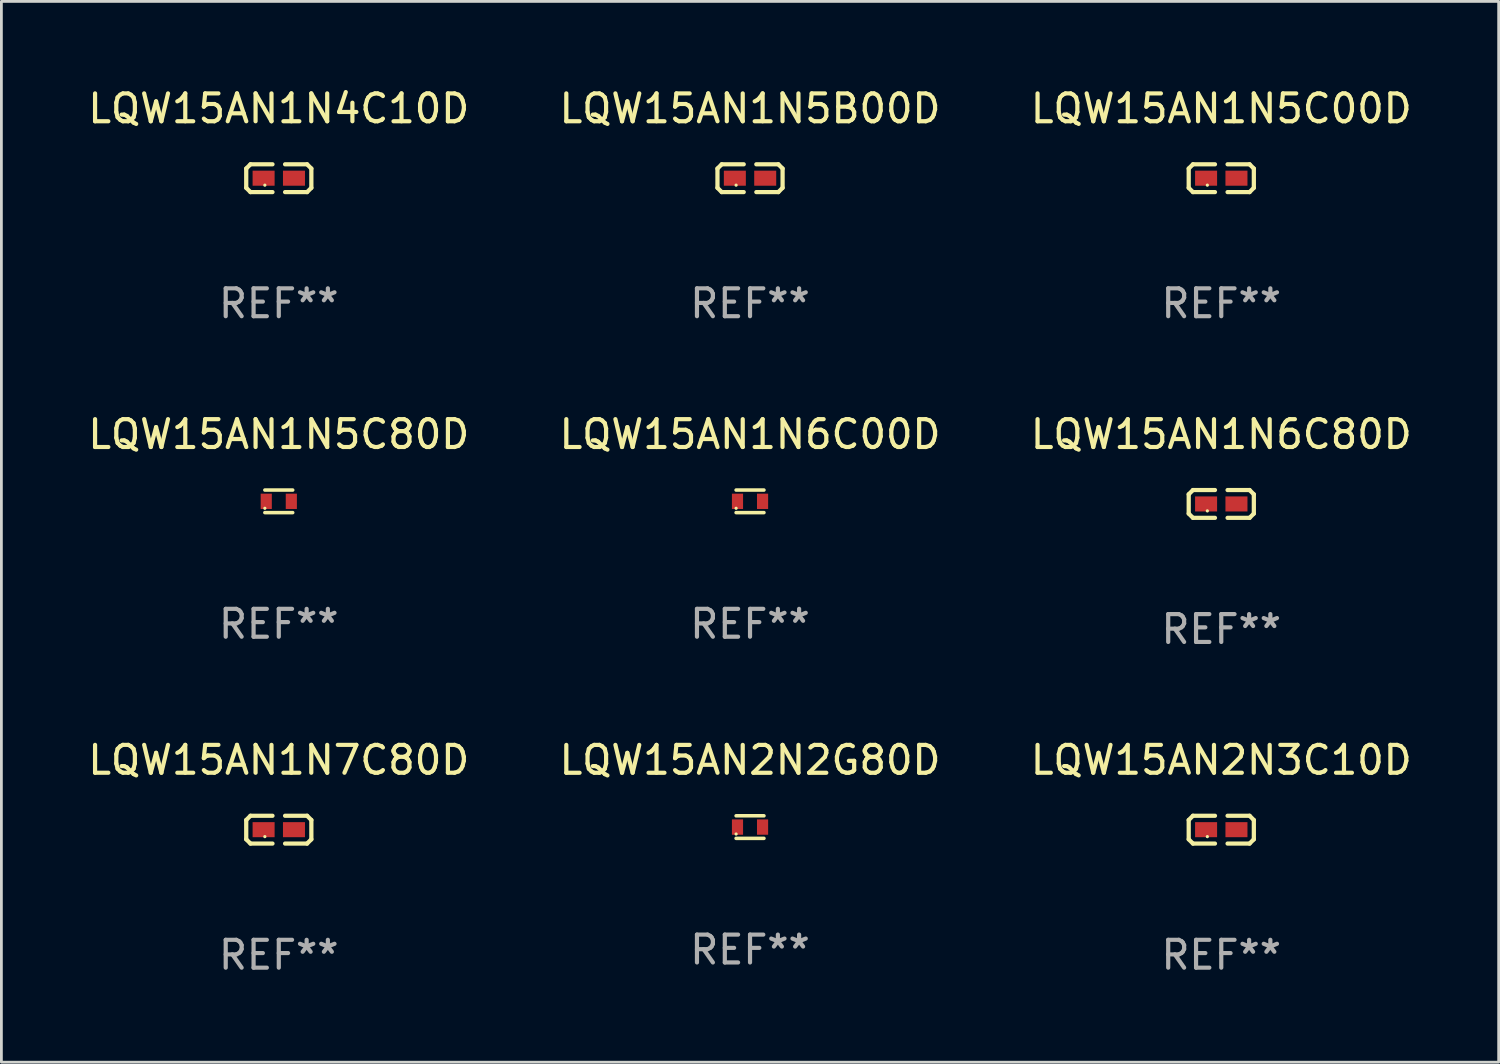
<source format=kicad_pcb>
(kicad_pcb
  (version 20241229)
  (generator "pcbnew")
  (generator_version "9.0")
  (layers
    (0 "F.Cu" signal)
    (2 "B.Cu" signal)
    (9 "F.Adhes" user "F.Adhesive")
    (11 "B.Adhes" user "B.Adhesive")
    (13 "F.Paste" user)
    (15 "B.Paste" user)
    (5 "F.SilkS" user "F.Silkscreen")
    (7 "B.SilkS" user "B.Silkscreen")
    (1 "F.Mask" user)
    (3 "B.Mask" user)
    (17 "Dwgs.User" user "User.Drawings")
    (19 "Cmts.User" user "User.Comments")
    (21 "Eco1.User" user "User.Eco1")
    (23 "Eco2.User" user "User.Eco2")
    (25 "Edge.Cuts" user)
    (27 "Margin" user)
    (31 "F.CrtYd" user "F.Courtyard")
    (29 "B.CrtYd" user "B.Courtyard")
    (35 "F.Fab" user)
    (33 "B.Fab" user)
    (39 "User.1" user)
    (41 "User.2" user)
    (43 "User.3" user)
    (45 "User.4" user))
  (footprint "LQW15AN1N5C00D"
    (layer "F.Cu")
    (at 40.792 3.347)
    (property "Reference" "LQW15AN1N5C00D" (at 0 -2.499 0) (layer "F.SilkS") (effects (font (size 1 1) (thickness 0.15))))
    (attr through_hole)
    (fp_line (start -1.169 -0.346) (end -1.016 -0.499) (stroke (width 0.152) (type solid)) (layer "F.SilkS"))
    (fp_line (start -1.169 0.346) (end -1.169 -0.346) (stroke (width 0.152) (type solid)) (layer "F.SilkS"))
    (fp_line (start -1.016 -0.499) (end -0.226 -0.499) (stroke (width 0.152) (type solid)) (layer "F.SilkS"))
    (fp_line (start -1.016 0.499) (end -1.169 0.346) (stroke (width 0.152) (type solid)) (layer "F.SilkS"))
    (fp_line (start -0.226 0.499) (end -1.016 0.499) (stroke (width 0.152) (type solid)) (layer "F.SilkS"))
    (fp_line (start 0.226 0.499) (end 1.016 0.499) (stroke (width 0.152) (type solid)) (layer "F.SilkS"))
    (fp_line (start 1.016 -0.499) (end 0.226 -0.499) (stroke (width 0.152) (type solid)) (layer "F.SilkS"))
    (fp_line (start 1.016 0.499) (end 1.169 0.346) (stroke (width 0.152) (type solid)) (layer "F.SilkS"))
    (fp_line (start 1.169 -0.346) (end 1.016 -0.499) (stroke (width 0.152) (type solid)) (layer "F.SilkS"))
    (fp_line (start 1.169 0.346) (end 1.169 -0.346) (stroke (width 0.152) (type solid)) (layer "F.SilkS"))
    (fp_circle (center -0.5 0.25) (end -0.47 0.25) (stroke (width 0.06) (type solid)) (fill no) (layer "F.SilkS"))
    (fp_text user "REF**" (at 0 4.499 0) (layer "F.Fab") (effects (font (size 1 1) (thickness 0.15))))
    (pad "1" smd rect (at -0.545 0) (size 0.79 0.54) (layers "F.Cu" "F.Mask" "F.Paste"))
    (pad "2" smd rect (at 0.545 0) (size 0.79 0.54) (layers "F.Cu" "F.Mask" "F.Paste")))
  (footprint "LQW15AN1N5C80D"
    (layer "F.Cu")
    (at 6.958 14.947)
    (property "Reference" "LQW15AN1N5C80D" (at 0 -2.405 0) (layer "F.SilkS") (effects (font (size 1 1) (thickness 0.15))))
    (attr through_hole)
    (fp_line (start -0.5 -0.405) (end 0.5 -0.405) (stroke (width 0.127) (type solid)) (layer "F.SilkS"))
    (fp_line (start -0.5 0.405) (end 0.5 0.405) (stroke (width 0.127) (type solid)) (layer "F.SilkS"))
    (fp_circle (center -0.5 0.25) (end -0.47 0.25) (stroke (width 0.06) (type solid)) (fill no) (layer "F.SilkS"))
    (fp_text user "REF**" (at 0 4.405 0) (layer "F.Fab") (effects (font (size 1 1) (thickness 0.15))))
    (pad "1" smd rect (at -0.45 0 90) (size 0.55 0.4) (layers "F.Cu" "F.Mask" "F.Paste"))
    (pad "2" smd rect (at 0.45 0 90) (size 0.55 0.4) (layers "F.Cu" "F.Mask" "F.Paste")))
  (footprint "LQW15AN2N3C10D"
    (layer "F.Cu")
    (at 40.792 26.734)
    (property "Reference" "LQW15AN2N3C10D" (at 0 -2.499 0) (layer "F.SilkS") (effects (font (size 1 1) (thickness 0.15))))
    (attr through_hole)
    (fp_line (start -1.169 -0.346) (end -1.016 -0.499) (stroke (width 0.152) (type solid)) (layer "F.SilkS"))
    (fp_line (start -1.169 0.346) (end -1.169 -0.346) (stroke (width 0.152) (type solid)) (layer "F.SilkS"))
    (fp_line (start -1.016 -0.499) (end -0.226 -0.499) (stroke (width 0.152) (type solid)) (layer "F.SilkS"))
    (fp_line (start -1.016 0.499) (end -1.169 0.346) (stroke (width 0.152) (type solid)) (layer "F.SilkS"))
    (fp_line (start -0.226 0.499) (end -1.016 0.499) (stroke (width 0.152) (type solid)) (layer "F.SilkS"))
    (fp_line (start 0.226 0.499) (end 1.016 0.499) (stroke (width 0.152) (type solid)) (layer "F.SilkS"))
    (fp_line (start 1.016 -0.499) (end 0.226 -0.499) (stroke (width 0.152) (type solid)) (layer "F.SilkS"))
    (fp_line (start 1.016 0.499) (end 1.169 0.346) (stroke (width 0.152) (type solid)) (layer "F.SilkS"))
    (fp_line (start 1.169 -0.346) (end 1.016 -0.499) (stroke (width 0.152) (type solid)) (layer "F.SilkS"))
    (fp_line (start 1.169 0.346) (end 1.169 -0.346) (stroke (width 0.152) (type solid)) (layer "F.SilkS"))
    (fp_circle (center -0.5 0.25) (end -0.47 0.25) (stroke (width 0.06) (type solid)) (fill no) (layer "F.SilkS"))
    (fp_text user "REF**" (at 0 4.499 0) (layer "F.Fab") (effects (font (size 1 1) (thickness 0.15))))
    (pad "1" smd rect (at -0.545 0) (size 0.79 0.54) (layers "F.Cu" "F.Mask" "F.Paste"))
    (pad "2" smd rect (at 0.545 0) (size 0.79 0.54) (layers "F.Cu" "F.Mask" "F.Paste")))
  (footprint "LQW15AN1N6C00D"
    (layer "F.Cu")
    (at 23.875 14.947)
    (property "Reference" "LQW15AN1N6C00D" (at 0 -2.405 0) (layer "F.SilkS") (effects (font (size 1 1) (thickness 0.15))))
    (attr through_hole)
    (fp_line (start -0.5 -0.405) (end 0.5 -0.405) (stroke (width 0.127) (type solid)) (layer "F.SilkS"))
    (fp_line (start -0.5 0.405) (end 0.5 0.405) (stroke (width 0.127) (type solid)) (layer "F.SilkS"))
    (fp_circle (center -0.5 0.25) (end -0.47 0.25) (stroke (width 0.06) (type solid)) (fill no) (layer "F.SilkS"))
    (fp_text user "REF**" (at 0 4.405 0) (layer "F.Fab") (effects (font (size 1 1) (thickness 0.15))))
    (pad "1" smd rect (at -0.45 0 90) (size 0.55 0.4) (layers "F.Cu" "F.Mask" "F.Paste"))
    (pad "2" smd rect (at 0.45 0 90) (size 0.55 0.4) (layers "F.Cu" "F.Mask" "F.Paste")))
  (footprint "LQW15AN1N5B00D"
    (layer "F.Cu")
    (at 23.875 3.347)
    (property "Reference" "LQW15AN1N5B00D" (at 0 -2.499 0) (layer "F.SilkS") (effects (font (size 1 1) (thickness 0.15))))
    (attr through_hole)
    (fp_line (start -1.169 -0.346) (end -1.016 -0.499) (stroke (width 0.152) (type solid)) (layer "F.SilkS"))
    (fp_line (start -1.169 0.346) (end -1.169 -0.346) (stroke (width 0.152) (type solid)) (layer "F.SilkS"))
    (fp_line (start -1.016 -0.499) (end -0.226 -0.499) (stroke (width 0.152) (type solid)) (layer "F.SilkS"))
    (fp_line (start -1.016 0.499) (end -1.169 0.346) (stroke (width 0.152) (type solid)) (layer "F.SilkS"))
    (fp_line (start -0.226 0.499) (end -1.016 0.499) (stroke (width 0.152) (type solid)) (layer "F.SilkS"))
    (fp_line (start 0.226 0.499) (end 1.016 0.499) (stroke (width 0.152) (type solid)) (layer "F.SilkS"))
    (fp_line (start 1.016 -0.499) (end 0.226 -0.499) (stroke (width 0.152) (type solid)) (layer "F.SilkS"))
    (fp_line (start 1.016 0.499) (end 1.169 0.346) (stroke (width 0.152) (type solid)) (layer "F.SilkS"))
    (fp_line (start 1.169 -0.346) (end 1.016 -0.499) (stroke (width 0.152) (type solid)) (layer "F.SilkS"))
    (fp_line (start 1.169 0.346) (end 1.169 -0.346) (stroke (width 0.152) (type solid)) (layer "F.SilkS"))
    (fp_circle (center -0.5 0.25) (end -0.47 0.25) (stroke (width 0.06) (type solid)) (fill no) (layer "F.SilkS"))
    (fp_text user "REF**" (at 0 4.499 0) (layer "F.Fab") (effects (font (size 1 1) (thickness 0.15))))
    (pad "1" smd rect (at -0.545 0) (size 0.79 0.54) (layers "F.Cu" "F.Mask" "F.Paste"))
    (pad "2" smd rect (at 0.545 0) (size 0.79 0.54) (layers "F.Cu" "F.Mask" "F.Paste")))
  (footprint "LQW15AN1N7C80D"
    (layer "F.Cu")
    (at 6.958 26.734)
    (property "Reference" "LQW15AN1N7C80D" (at 0 -2.499 0) (layer "F.SilkS") (effects (font (size 1 1) (thickness 0.15))))
    (attr through_hole)
    (fp_line (start -1.169 -0.346) (end -1.016 -0.499) (stroke (width 0.152) (type solid)) (layer "F.SilkS"))
    (fp_line (start -1.169 0.346) (end -1.169 -0.346) (stroke (width 0.152) (type solid)) (layer "F.SilkS"))
    (fp_line (start -1.016 -0.499) (end -0.226 -0.499) (stroke (width 0.152) (type solid)) (layer "F.SilkS"))
    (fp_line (start -1.016 0.499) (end -1.169 0.346) (stroke (width 0.152) (type solid)) (layer "F.SilkS"))
    (fp_line (start -0.226 0.499) (end -1.016 0.499) (stroke (width 0.152) (type solid)) (layer "F.SilkS"))
    (fp_line (start 0.226 0.499) (end 1.016 0.499) (stroke (width 0.152) (type solid)) (layer "F.SilkS"))
    (fp_line (start 1.016 -0.499) (end 0.226 -0.499) (stroke (width 0.152) (type solid)) (layer "F.SilkS"))
    (fp_line (start 1.016 0.499) (end 1.169 0.346) (stroke (width 0.152) (type solid)) (layer "F.SilkS"))
    (fp_line (start 1.169 -0.346) (end 1.016 -0.499) (stroke (width 0.152) (type solid)) (layer "F.SilkS"))
    (fp_line (start 1.169 0.346) (end 1.169 -0.346) (stroke (width 0.152) (type solid)) (layer "F.SilkS"))
    (fp_circle (center -0.5 0.25) (end -0.47 0.25) (stroke (width 0.06) (type solid)) (fill no) (layer "F.SilkS"))
    (fp_text user "REF**" (at 0 4.499 0) (layer "F.Fab") (effects (font (size 1 1) (thickness 0.15))))
    (pad "1" smd rect (at -0.545 0) (size 0.79 0.54) (layers "F.Cu" "F.Mask" "F.Paste"))
    (pad "2" smd rect (at 0.545 0) (size 0.79 0.54) (layers "F.Cu" "F.Mask" "F.Paste")))
  (footprint "LQW15AN1N4C10D"
    (layer "F.Cu")
    (at 6.958 3.347)
    (property "Reference" "LQW15AN1N4C10D" (at 0 -2.499 0) (layer "F.SilkS") (effects (font (size 1 1) (thickness 0.15))))
    (attr through_hole)
    (fp_line (start -1.169 -0.346) (end -1.016 -0.499) (stroke (width 0.152) (type solid)) (layer "F.SilkS"))
    (fp_line (start -1.169 0.346) (end -1.169 -0.346) (stroke (width 0.152) (type solid)) (layer "F.SilkS"))
    (fp_line (start -1.016 -0.499) (end -0.226 -0.499) (stroke (width 0.152) (type solid)) (layer "F.SilkS"))
    (fp_line (start -1.016 0.499) (end -1.169 0.346) (stroke (width 0.152) (type solid)) (layer "F.SilkS"))
    (fp_line (start -0.226 0.499) (end -1.016 0.499) (stroke (width 0.152) (type solid)) (layer "F.SilkS"))
    (fp_line (start 0.226 0.499) (end 1.016 0.499) (stroke (width 0.152) (type solid)) (layer "F.SilkS"))
    (fp_line (start 1.016 -0.499) (end 0.226 -0.499) (stroke (width 0.152) (type solid)) (layer "F.SilkS"))
    (fp_line (start 1.016 0.499) (end 1.169 0.346) (stroke (width 0.152) (type solid)) (layer "F.SilkS"))
    (fp_line (start 1.169 -0.346) (end 1.016 -0.499) (stroke (width 0.152) (type solid)) (layer "F.SilkS"))
    (fp_line (start 1.169 0.346) (end 1.169 -0.346) (stroke (width 0.152) (type solid)) (layer "F.SilkS"))
    (fp_circle (center -0.5 0.25) (end -0.47 0.25) (stroke (width 0.06) (type solid)) (fill no) (layer "F.SilkS"))
    (fp_text user "REF**" (at 0 4.499 0) (layer "F.Fab") (effects (font (size 1 1) (thickness 0.15))))
    (pad "1" smd rect (at -0.545 0) (size 0.79 0.54) (layers "F.Cu" "F.Mask" "F.Paste"))
    (pad "2" smd rect (at 0.545 0) (size 0.79 0.54) (layers "F.Cu" "F.Mask" "F.Paste")))
  (footprint "LQW15AN2N2G80D"
    (layer "F.Cu")
    (at 23.875 26.641)
    (property "Reference" "LQW15AN2N2G80D" (at 0 -2.405 0) (layer "F.SilkS") (effects (font (size 1 1) (thickness 0.15))))
    (attr through_hole)
    (fp_line (start -0.5 -0.405) (end 0.5 -0.405) (stroke (width 0.127) (type solid)) (layer "F.SilkS"))
    (fp_line (start -0.5 0.405) (end 0.5 0.405) (stroke (width 0.127) (type solid)) (layer "F.SilkS"))
    (fp_circle (center -0.5 0.25) (end -0.47 0.25) (stroke (width 0.06) (type solid)) (fill no) (layer "F.SilkS"))
    (fp_text user "REF**" (at 0 4.405 0) (layer "F.Fab") (effects (font (size 1 1) (thickness 0.15))))
    (pad "1" smd rect (at -0.45 0 90) (size 0.55 0.4) (layers "F.Cu" "F.Mask" "F.Paste"))
    (pad "2" smd rect (at 0.45 0 90) (size 0.55 0.4) (layers "F.Cu" "F.Mask" "F.Paste")))
  (footprint "LQW15AN1N6C80D"
    (layer "F.Cu")
    (at 40.792 15.041)
    (property "Reference" "LQW15AN1N6C80D" (at 0 -2.499 0) (layer "F.SilkS") (effects (font (size 1 1) (thickness 0.15))))
    (attr through_hole)
    (fp_line (start -1.169 -0.346) (end -1.016 -0.499) (stroke (width 0.152) (type solid)) (layer "F.SilkS"))
    (fp_line (start -1.169 0.346) (end -1.169 -0.346) (stroke (width 0.152) (type solid)) (layer "F.SilkS"))
    (fp_line (start -1.016 -0.499) (end -0.226 -0.499) (stroke (width 0.152) (type solid)) (layer "F.SilkS"))
    (fp_line (start -1.016 0.499) (end -1.169 0.346) (stroke (width 0.152) (type solid)) (layer "F.SilkS"))
    (fp_line (start -0.226 0.499) (end -1.016 0.499) (stroke (width 0.152) (type solid)) (layer "F.SilkS"))
    (fp_line (start 0.226 0.499) (end 1.016 0.499) (stroke (width 0.152) (type solid)) (layer "F.SilkS"))
    (fp_line (start 1.016 -0.499) (end 0.226 -0.499) (stroke (width 0.152) (type solid)) (layer "F.SilkS"))
    (fp_line (start 1.016 0.499) (end 1.169 0.346) (stroke (width 0.152) (type solid)) (layer "F.SilkS"))
    (fp_line (start 1.169 -0.346) (end 1.016 -0.499) (stroke (width 0.152) (type solid)) (layer "F.SilkS"))
    (fp_line (start 1.169 0.346) (end 1.169 -0.346) (stroke (width 0.152) (type solid)) (layer "F.SilkS"))
    (fp_circle (center -0.5 0.25) (end -0.47 0.25) (stroke (width 0.06) (type solid)) (fill no) (layer "F.SilkS"))
    (fp_text user "REF**" (at 0 4.499 0) (layer "F.Fab") (effects (font (size 1 1) (thickness 0.15))))
    (pad "1" smd rect (at -0.545 0) (size 0.79 0.54) (layers "F.Cu" "F.Mask" "F.Paste"))
    (pad "2" smd rect (at 0.545 0) (size 0.79 0.54) (layers "F.Cu" "F.Mask" "F.Paste")))
  (gr_rect
    (start -3 -3)
    (end 50.75 35.081)
    (stroke (width 0.1) (type default))
    (fill no)
    (layer "Edge.Cuts")))
</source>
